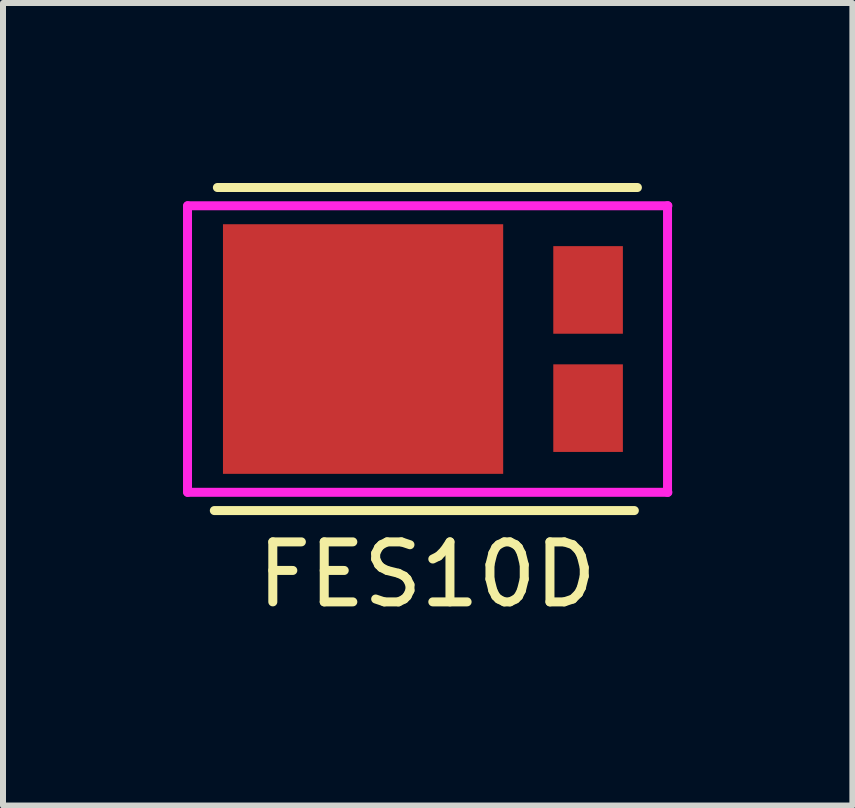
<source format=kicad_pcb>
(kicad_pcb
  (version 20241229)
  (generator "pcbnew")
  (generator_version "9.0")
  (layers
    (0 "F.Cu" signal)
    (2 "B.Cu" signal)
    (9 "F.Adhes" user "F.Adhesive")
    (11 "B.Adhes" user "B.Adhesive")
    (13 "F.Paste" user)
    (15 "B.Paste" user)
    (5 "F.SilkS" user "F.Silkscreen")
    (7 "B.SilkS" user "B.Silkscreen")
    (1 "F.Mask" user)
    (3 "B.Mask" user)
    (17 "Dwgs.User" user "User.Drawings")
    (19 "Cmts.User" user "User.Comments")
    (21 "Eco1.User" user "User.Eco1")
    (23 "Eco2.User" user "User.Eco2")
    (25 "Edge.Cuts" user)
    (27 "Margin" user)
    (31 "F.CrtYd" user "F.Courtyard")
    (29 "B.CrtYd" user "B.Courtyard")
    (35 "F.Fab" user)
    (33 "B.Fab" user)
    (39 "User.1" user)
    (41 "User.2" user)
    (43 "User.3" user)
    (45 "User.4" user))
  (footprint "FES10D"
    (layer "F.Cu")
    (at 3.001 2.767)
    (property "Reference" "FES10D" (at 1.067 3.759 0) (layer "F.SilkS") (effects (font (size 1 1) (thickness 0.15))))
    (attr through_hole)
    (fp_line (start 4.521 2.692) (end -2.479 2.692) (stroke (width 0.15) (type solid)) (layer "F.SilkS"))
    (fp_line (start 4.572 -2.692) (end -2.428 -2.692) (stroke (width 0.15) (type solid)) (layer "F.SilkS"))
    (fp_line (start -2.926 -2.388) (end -2.926 2.388) (stroke (width 0.15) (type solid)) (layer "F.CrtYd"))
    (fp_line (start -2.92 2.388) (end 5.08 2.388) (stroke (width 0.15) (type solid)) (layer "F.CrtYd"))
    (fp_line (start 5.074 2.388) (end 5.074 -2.388) (stroke (width 0.15) (type solid)) (layer "F.CrtYd"))
    (fp_line (start 5.08 -2.388) (end -2.92 -2.388) (stroke (width 0.15) (type solid)) (layer "F.CrtYd"))
    (pad "1" smd rect (at 0 0) (size 4.67 4.16) (layers "F.Cu" "F.Mask" "F.Paste"))
    (pad "2" smd rect (at 3.75 -0.985) (size 1.16 1.46) (layers "F.Cu" "F.Mask" "F.Paste"))
    (pad "2" smd rect (at 3.75 0.985) (size 1.16 1.46) (layers "F.Cu" "F.Mask" "F.Paste")))
  (gr_rect
    (start -3 -3)
    (end 11.156 10.375)
    (stroke (width 0.1) (type default))
    (fill no)
    (layer "Edge.Cuts")))
</source>
